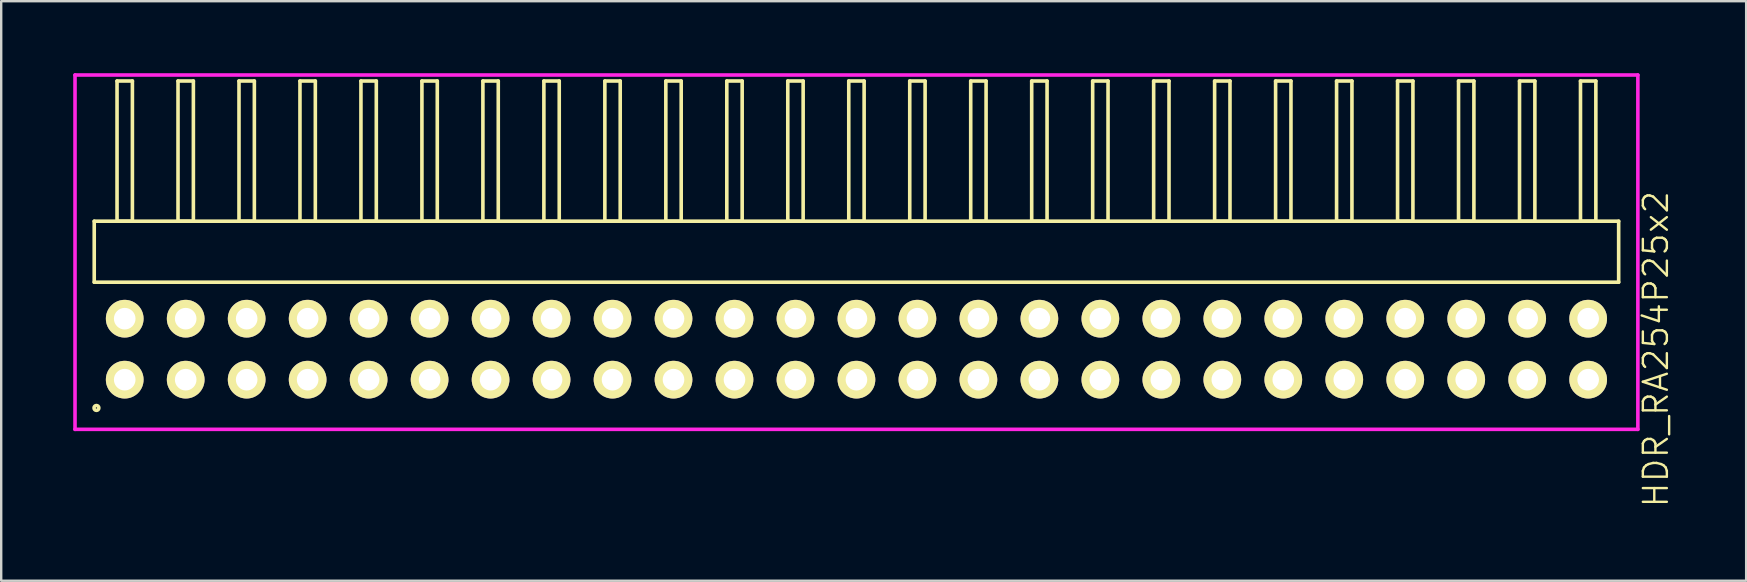
<source format=kicad_pcb>
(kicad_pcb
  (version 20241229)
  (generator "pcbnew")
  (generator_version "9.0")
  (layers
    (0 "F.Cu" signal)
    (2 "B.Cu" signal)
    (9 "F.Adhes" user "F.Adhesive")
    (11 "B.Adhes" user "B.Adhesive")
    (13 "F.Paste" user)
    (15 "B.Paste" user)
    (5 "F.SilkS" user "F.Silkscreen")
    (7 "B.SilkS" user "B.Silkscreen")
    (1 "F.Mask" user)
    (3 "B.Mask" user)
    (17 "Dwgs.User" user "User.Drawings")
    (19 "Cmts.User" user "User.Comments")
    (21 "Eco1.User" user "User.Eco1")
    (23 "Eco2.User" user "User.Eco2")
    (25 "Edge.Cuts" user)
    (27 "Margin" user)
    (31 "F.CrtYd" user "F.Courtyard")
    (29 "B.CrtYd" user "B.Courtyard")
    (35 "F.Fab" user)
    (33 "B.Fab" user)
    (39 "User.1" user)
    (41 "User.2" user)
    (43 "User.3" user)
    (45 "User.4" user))
  (footprint "HDR_RA254P25x2"
    (layer "F.Cu")
    (at 32.625 11.495)
    (property "Reference" "HDR_RA254P25x2" (at 33.3 0 90) (layer "F.SilkS") (effects (font (size 1 1) (thickness 0.1))))
    (attr through_hole)
    (fp_line (start -31.75 -5.33) (end -31.75 -2.79) (stroke (width 0.15) (type solid)) (layer "F.SilkS"))
    (fp_line (start -31.75 -2.79) (end 31.75 -2.79) (stroke (width 0.15) (type solid)) (layer "F.SilkS"))
    (fp_line (start -30.8 -11.17) (end -30.8 -5.33) (stroke (width 0.15) (type solid)) (layer "F.SilkS"))
    (fp_line (start -30.8 -5.33) (end -30.16 -5.33) (stroke (width 0.15) (type solid)) (layer "F.SilkS"))
    (fp_line (start -30.16 -11.17) (end -30.8 -11.17) (stroke (width 0.15) (type solid)) (layer "F.SilkS"))
    (fp_line (start -30.16 -5.33) (end -30.16 -11.17) (stroke (width 0.15) (type solid)) (layer "F.SilkS"))
    (fp_line (start -28.26 -11.17) (end -28.26 -5.33) (stroke (width 0.15) (type solid)) (layer "F.SilkS"))
    (fp_line (start -28.26 -5.33) (end -27.62 -5.33) (stroke (width 0.15) (type solid)) (layer "F.SilkS"))
    (fp_line (start -27.62 -11.17) (end -28.26 -11.17) (stroke (width 0.15) (type solid)) (layer "F.SilkS"))
    (fp_line (start -27.62 -5.33) (end -27.62 -11.17) (stroke (width 0.15) (type solid)) (layer "F.SilkS"))
    (fp_line (start -25.72 -11.17) (end -25.72 -5.33) (stroke (width 0.15) (type solid)) (layer "F.SilkS"))
    (fp_line (start -25.72 -5.33) (end -25.08 -5.33) (stroke (width 0.15) (type solid)) (layer "F.SilkS"))
    (fp_line (start -25.08 -11.17) (end -25.72 -11.17) (stroke (width 0.15) (type solid)) (layer "F.SilkS"))
    (fp_line (start -25.08 -5.33) (end -25.08 -11.17) (stroke (width 0.15) (type solid)) (layer "F.SilkS"))
    (fp_line (start -23.18 -11.17) (end -23.18 -5.33) (stroke (width 0.15) (type solid)) (layer "F.SilkS"))
    (fp_line (start -23.18 -5.33) (end -22.54 -5.33) (stroke (width 0.15) (type solid)) (layer "F.SilkS"))
    (fp_line (start -22.54 -11.17) (end -23.18 -11.17) (stroke (width 0.15) (type solid)) (layer "F.SilkS"))
    (fp_line (start -22.54 -5.33) (end -22.54 -11.17) (stroke (width 0.15) (type solid)) (layer "F.SilkS"))
    (fp_line (start -20.64 -11.17) (end -20.64 -5.33) (stroke (width 0.15) (type solid)) (layer "F.SilkS"))
    (fp_line (start -20.64 -5.33) (end -20 -5.33) (stroke (width 0.15) (type solid)) (layer "F.SilkS"))
    (fp_line (start -20 -11.17) (end -20.64 -11.17) (stroke (width 0.15) (type solid)) (layer "F.SilkS"))
    (fp_line (start -20 -5.33) (end -20 -11.17) (stroke (width 0.15) (type solid)) (layer "F.SilkS"))
    (fp_line (start -18.1 -11.17) (end -18.1 -5.33) (stroke (width 0.15) (type solid)) (layer "F.SilkS"))
    (fp_line (start -18.1 -5.33) (end -17.46 -5.33) (stroke (width 0.15) (type solid)) (layer "F.SilkS"))
    (fp_line (start -17.46 -11.17) (end -18.1 -11.17) (stroke (width 0.15) (type solid)) (layer "F.SilkS"))
    (fp_line (start -17.46 -5.33) (end -17.46 -11.17) (stroke (width 0.15) (type solid)) (layer "F.SilkS"))
    (fp_line (start -15.56 -11.17) (end -15.56 -5.33) (stroke (width 0.15) (type solid)) (layer "F.SilkS"))
    (fp_line (start -15.56 -5.33) (end -14.92 -5.33) (stroke (width 0.15) (type solid)) (layer "F.SilkS"))
    (fp_line (start -14.92 -11.17) (end -15.56 -11.17) (stroke (width 0.15) (type solid)) (layer "F.SilkS"))
    (fp_line (start -14.92 -5.33) (end -14.92 -11.17) (stroke (width 0.15) (type solid)) (layer "F.SilkS"))
    (fp_line (start -13.02 -11.17) (end -13.02 -5.33) (stroke (width 0.15) (type solid)) (layer "F.SilkS"))
    (fp_line (start -13.02 -5.33) (end -12.38 -5.33) (stroke (width 0.15) (type solid)) (layer "F.SilkS"))
    (fp_line (start -12.38 -11.17) (end -13.02 -11.17) (stroke (width 0.15) (type solid)) (layer "F.SilkS"))
    (fp_line (start -12.38 -5.33) (end -12.38 -11.17) (stroke (width 0.15) (type solid)) (layer "F.SilkS"))
    (fp_line (start -10.48 -11.17) (end -10.48 -5.33) (stroke (width 0.15) (type solid)) (layer "F.SilkS"))
    (fp_line (start -10.48 -5.33) (end -9.84 -5.33) (stroke (width 0.15) (type solid)) (layer "F.SilkS"))
    (fp_line (start -9.84 -11.17) (end -10.48 -11.17) (stroke (width 0.15) (type solid)) (layer "F.SilkS"))
    (fp_line (start -9.84 -5.33) (end -9.84 -11.17) (stroke (width 0.15) (type solid)) (layer "F.SilkS"))
    (fp_line (start -7.94 -11.17) (end -7.94 -5.33) (stroke (width 0.15) (type solid)) (layer "F.SilkS"))
    (fp_line (start -7.94 -5.33) (end -7.3 -5.33) (stroke (width 0.15) (type solid)) (layer "F.SilkS"))
    (fp_line (start -7.3 -11.17) (end -7.94 -11.17) (stroke (width 0.15) (type solid)) (layer "F.SilkS"))
    (fp_line (start -7.3 -5.33) (end -7.3 -11.17) (stroke (width 0.15) (type solid)) (layer "F.SilkS"))
    (fp_line (start -5.4 -11.17) (end -5.4 -5.33) (stroke (width 0.15) (type solid)) (layer "F.SilkS"))
    (fp_line (start -5.4 -5.33) (end -4.76 -5.33) (stroke (width 0.15) (type solid)) (layer "F.SilkS"))
    (fp_line (start -4.76 -11.17) (end -5.4 -11.17) (stroke (width 0.15) (type solid)) (layer "F.SilkS"))
    (fp_line (start -4.76 -5.33) (end -4.76 -11.17) (stroke (width 0.15) (type solid)) (layer "F.SilkS"))
    (fp_line (start -2.86 -11.17) (end -2.86 -5.33) (stroke (width 0.15) (type solid)) (layer "F.SilkS"))
    (fp_line (start -2.86 -5.33) (end -2.22 -5.33) (stroke (width 0.15) (type solid)) (layer "F.SilkS"))
    (fp_line (start -2.22 -11.17) (end -2.86 -11.17) (stroke (width 0.15) (type solid)) (layer "F.SilkS"))
    (fp_line (start -2.22 -5.33) (end -2.22 -11.17) (stroke (width 0.15) (type solid)) (layer "F.SilkS"))
    (fp_line (start -0.32 -11.17) (end -0.32 -5.33) (stroke (width 0.15) (type solid)) (layer "F.SilkS"))
    (fp_line (start -0.32 -5.33) (end 0.32 -5.33) (stroke (width 0.15) (type solid)) (layer "F.SilkS"))
    (fp_line (start 0.32 -11.17) (end -0.32 -11.17) (stroke (width 0.15) (type solid)) (layer "F.SilkS"))
    (fp_line (start 0.32 -5.33) (end 0.32 -11.17) (stroke (width 0.15) (type solid)) (layer "F.SilkS"))
    (fp_line (start 2.22 -11.17) (end 2.22 -5.33) (stroke (width 0.15) (type solid)) (layer "F.SilkS"))
    (fp_line (start 2.22 -5.33) (end 2.86 -5.33) (stroke (width 0.15) (type solid)) (layer "F.SilkS"))
    (fp_line (start 2.86 -11.17) (end 2.22 -11.17) (stroke (width 0.15) (type solid)) (layer "F.SilkS"))
    (fp_line (start 2.86 -5.33) (end 2.86 -11.17) (stroke (width 0.15) (type solid)) (layer "F.SilkS"))
    (fp_line (start 4.76 -11.17) (end 4.76 -5.33) (stroke (width 0.15) (type solid)) (layer "F.SilkS"))
    (fp_line (start 4.76 -5.33) (end 5.4 -5.33) (stroke (width 0.15) (type solid)) (layer "F.SilkS"))
    (fp_line (start 5.4 -11.17) (end 4.76 -11.17) (stroke (width 0.15) (type solid)) (layer "F.SilkS"))
    (fp_line (start 5.4 -5.33) (end 5.4 -11.17) (stroke (width 0.15) (type solid)) (layer "F.SilkS"))
    (fp_line (start 7.3 -11.17) (end 7.3 -5.33) (stroke (width 0.15) (type solid)) (layer "F.SilkS"))
    (fp_line (start 7.3 -5.33) (end 7.94 -5.33) (stroke (width 0.15) (type solid)) (layer "F.SilkS"))
    (fp_line (start 7.94 -11.17) (end 7.3 -11.17) (stroke (width 0.15) (type solid)) (layer "F.SilkS"))
    (fp_line (start 7.94 -5.33) (end 7.94 -11.17) (stroke (width 0.15) (type solid)) (layer "F.SilkS"))
    (fp_line (start 9.84 -11.17) (end 9.84 -5.33) (stroke (width 0.15) (type solid)) (layer "F.SilkS"))
    (fp_line (start 9.84 -5.33) (end 10.48 -5.33) (stroke (width 0.15) (type solid)) (layer "F.SilkS"))
    (fp_line (start 10.48 -11.17) (end 9.84 -11.17) (stroke (width 0.15) (type solid)) (layer "F.SilkS"))
    (fp_line (start 10.48 -5.33) (end 10.48 -11.17) (stroke (width 0.15) (type solid)) (layer "F.SilkS"))
    (fp_line (start 12.38 -11.17) (end 12.38 -5.33) (stroke (width 0.15) (type solid)) (layer "F.SilkS"))
    (fp_line (start 12.38 -5.33) (end 13.02 -5.33) (stroke (width 0.15) (type solid)) (layer "F.SilkS"))
    (fp_line (start 13.02 -11.17) (end 12.38 -11.17) (stroke (width 0.15) (type solid)) (layer "F.SilkS"))
    (fp_line (start 13.02 -5.33) (end 13.02 -11.17) (stroke (width 0.15) (type solid)) (layer "F.SilkS"))
    (fp_line (start 14.92 -11.17) (end 14.92 -5.33) (stroke (width 0.15) (type solid)) (layer "F.SilkS"))
    (fp_line (start 14.92 -5.33) (end 15.56 -5.33) (stroke (width 0.15) (type solid)) (layer "F.SilkS"))
    (fp_line (start 15.56 -11.17) (end 14.92 -11.17) (stroke (width 0.15) (type solid)) (layer "F.SilkS"))
    (fp_line (start 15.56 -5.33) (end 15.56 -11.17) (stroke (width 0.15) (type solid)) (layer "F.SilkS"))
    (fp_line (start 17.46 -11.17) (end 17.46 -5.33) (stroke (width 0.15) (type solid)) (layer "F.SilkS"))
    (fp_line (start 17.46 -5.33) (end 18.1 -5.33) (stroke (width 0.15) (type solid)) (layer "F.SilkS"))
    (fp_line (start 18.1 -11.17) (end 17.46 -11.17) (stroke (width 0.15) (type solid)) (layer "F.SilkS"))
    (fp_line (start 18.1 -5.33) (end 18.1 -11.17) (stroke (width 0.15) (type solid)) (layer "F.SilkS"))
    (fp_line (start 20 -11.17) (end 20 -5.33) (stroke (width 0.15) (type solid)) (layer "F.SilkS"))
    (fp_line (start 20 -5.33) (end 20.64 -5.33) (stroke (width 0.15) (type solid)) (layer "F.SilkS"))
    (fp_line (start 20.64 -11.17) (end 20 -11.17) (stroke (width 0.15) (type solid)) (layer "F.SilkS"))
    (fp_line (start 20.64 -5.33) (end 20.64 -11.17) (stroke (width 0.15) (type solid)) (layer "F.SilkS"))
    (fp_line (start 22.54 -11.17) (end 22.54 -5.33) (stroke (width 0.15) (type solid)) (layer "F.SilkS"))
    (fp_line (start 22.54 -5.33) (end 23.18 -5.33) (stroke (width 0.15) (type solid)) (layer "F.SilkS"))
    (fp_line (start 23.18 -11.17) (end 22.54 -11.17) (stroke (width 0.15) (type solid)) (layer "F.SilkS"))
    (fp_line (start 23.18 -5.33) (end 23.18 -11.17) (stroke (width 0.15) (type solid)) (layer "F.SilkS"))
    (fp_line (start 25.08 -11.17) (end 25.08 -5.33) (stroke (width 0.15) (type solid)) (layer "F.SilkS"))
    (fp_line (start 25.08 -5.33) (end 25.72 -5.33) (stroke (width 0.15) (type solid)) (layer "F.SilkS"))
    (fp_line (start 25.72 -11.17) (end 25.08 -11.17) (stroke (width 0.15) (type solid)) (layer "F.SilkS"))
    (fp_line (start 25.72 -5.33) (end 25.72 -11.17) (stroke (width 0.15) (type solid)) (layer "F.SilkS"))
    (fp_line (start 27.62 -11.17) (end 27.62 -5.33) (stroke (width 0.15) (type solid)) (layer "F.SilkS"))
    (fp_line (start 27.62 -5.33) (end 28.26 -5.33) (stroke (width 0.15) (type solid)) (layer "F.SilkS"))
    (fp_line (start 28.26 -11.17) (end 27.62 -11.17) (stroke (width 0.15) (type solid)) (layer "F.SilkS"))
    (fp_line (start 28.26 -5.33) (end 28.26 -11.17) (stroke (width 0.15) (type solid)) (layer "F.SilkS"))
    (fp_line (start 30.16 -11.17) (end 30.16 -5.33) (stroke (width 0.15) (type solid)) (layer "F.SilkS"))
    (fp_line (start 30.16 -5.33) (end 30.8 -5.33) (stroke (width 0.15) (type solid)) (layer "F.SilkS"))
    (fp_line (start 30.8 -11.17) (end 30.16 -11.17) (stroke (width 0.15) (type solid)) (layer "F.SilkS"))
    (fp_line (start 30.8 -5.33) (end 30.8 -11.17) (stroke (width 0.15) (type solid)) (layer "F.SilkS"))
    (fp_line (start 31.75 -5.33) (end -31.75 -5.33) (stroke (width 0.15) (type solid)) (layer "F.SilkS"))
    (fp_line (start 31.75 -2.79) (end 31.75 -5.33) (stroke (width 0.15) (type solid)) (layer "F.SilkS"))
    (fp_circle (center -31.658 2.448) (end -31.557 2.448) (stroke (width 0.15) (type solid)) (fill no) (layer "F.SilkS"))
    (fp_line (start -32.55 -11.42) (end -32.55 3.34) (stroke (width 0.15) (type solid)) (layer "F.CrtYd"))
    (fp_line (start -32.55 3.34) (end 32.55 3.34) (stroke (width 0.15) (type solid)) (layer "F.CrtYd"))
    (fp_line (start 32.55 -11.42) (end -32.55 -11.42) (stroke (width 0.15) (type solid)) (layer "F.CrtYd"))
    (fp_line (start 32.55 3.34) (end 32.55 -11.42) (stroke (width 0.15) (type solid)) (layer "F.CrtYd"))
    (pad "1" thru_hole oval (at -30.48 1.27) (size 1.57 1.57) (drill 0.9) (layers "*.Cu" "*.Mask" "F.SilkS"))
    (pad "2" thru_hole oval (at -30.48 -1.27) (size 1.57 1.57) (drill 0.9) (layers "*.Cu" "*.Mask" "F.SilkS"))
    (pad "3" thru_hole oval (at -27.94 1.27) (size 1.57 1.57) (drill 0.9) (layers "*.Cu" "*.Mask" "F.SilkS"))
    (pad "4" thru_hole oval (at -27.94 -1.27) (size 1.57 1.57) (drill 0.9) (layers "*.Cu" "*.Mask" "F.SilkS"))
    (pad "5" thru_hole oval (at -25.4 1.27) (size 1.57 1.57) (drill 0.9) (layers "*.Cu" "*.Mask" "F.SilkS"))
    (pad "6" thru_hole oval (at -25.4 -1.27) (size 1.57 1.57) (drill 0.9) (layers "*.Cu" "*.Mask" "F.SilkS"))
    (pad "7" thru_hole oval (at -22.86 1.27) (size 1.57 1.57) (drill 0.9) (layers "*.Cu" "*.Mask" "F.SilkS"))
    (pad "8" thru_hole oval (at -22.86 -1.27) (size 1.57 1.57) (drill 0.9) (layers "*.Cu" "*.Mask" "F.SilkS"))
    (pad "9" thru_hole oval (at -20.32 1.27) (size 1.57 1.57) (drill 0.9) (layers "*.Cu" "*.Mask" "F.SilkS"))
    (pad "10" thru_hole oval (at -20.32 -1.27) (size 1.57 1.57) (drill 0.9) (layers "*.Cu" "*.Mask" "F.SilkS"))
    (pad "11" thru_hole oval (at -17.78 1.27) (size 1.57 1.57) (drill 0.9) (layers "*.Cu" "*.Mask" "F.SilkS"))
    (pad "12" thru_hole oval (at -17.78 -1.27) (size 1.57 1.57) (drill 0.9) (layers "*.Cu" "*.Mask" "F.SilkS"))
    (pad "13" thru_hole oval (at -15.24 1.27) (size 1.57 1.57) (drill 0.9) (layers "*.Cu" "*.Mask" "F.SilkS"))
    (pad "14" thru_hole oval (at -15.24 -1.27) (size 1.57 1.57) (drill 0.9) (layers "*.Cu" "*.Mask" "F.SilkS"))
    (pad "15" thru_hole oval (at -12.7 1.27) (size 1.57 1.57) (drill 0.9) (layers "*.Cu" "*.Mask" "F.SilkS"))
    (pad "16" thru_hole oval (at -12.7 -1.27) (size 1.57 1.57) (drill 0.9) (layers "*.Cu" "*.Mask" "F.SilkS"))
    (pad "17" thru_hole oval (at -10.16 1.27) (size 1.57 1.57) (drill 0.9) (layers "*.Cu" "*.Mask" "F.SilkS"))
    (pad "18" thru_hole oval (at -10.16 -1.27) (size 1.57 1.57) (drill 0.9) (layers "*.Cu" "*.Mask" "F.SilkS"))
    (pad "19" thru_hole oval (at -7.62 1.27) (size 1.57 1.57) (drill 0.9) (layers "*.Cu" "*.Mask" "F.SilkS"))
    (pad "20" thru_hole oval (at -7.62 -1.27) (size 1.57 1.57) (drill 0.9) (layers "*.Cu" "*.Mask" "F.SilkS"))
    (pad "21" thru_hole oval (at -5.08 1.27) (size 1.57 1.57) (drill 0.9) (layers "*.Cu" "*.Mask" "F.SilkS"))
    (pad "22" thru_hole oval (at -5.08 -1.27) (size 1.57 1.57) (drill 0.9) (layers "*.Cu" "*.Mask" "F.SilkS"))
    (pad "23" thru_hole oval (at -2.54 1.27) (size 1.57 1.57) (drill 0.9) (layers "*.Cu" "*.Mask" "F.SilkS"))
    (pad "24" thru_hole oval (at -2.54 -1.27) (size 1.57 1.57) (drill 0.9) (layers "*.Cu" "*.Mask" "F.SilkS"))
    (pad "25" thru_hole oval (at 0 1.27) (size 1.57 1.57) (drill 0.9) (layers "*.Cu" "*.Mask" "F.SilkS"))
    (pad "26" thru_hole oval (at 0 -1.27) (size 1.57 1.57) (drill 0.9) (layers "*.Cu" "*.Mask" "F.SilkS"))
    (pad "27" thru_hole oval (at 2.54 1.27) (size 1.57 1.57) (drill 0.9) (layers "*.Cu" "*.Mask" "F.SilkS"))
    (pad "28" thru_hole oval (at 2.54 -1.27) (size 1.57 1.57) (drill 0.9) (layers "*.Cu" "*.Mask" "F.SilkS"))
    (pad "29" thru_hole oval (at 5.08 1.27) (size 1.57 1.57) (drill 0.9) (layers "*.Cu" "*.Mask" "F.SilkS"))
    (pad "30" thru_hole oval (at 5.08 -1.27) (size 1.57 1.57) (drill 0.9) (layers "*.Cu" "*.Mask" "F.SilkS"))
    (pad "31" thru_hole oval (at 7.62 1.27) (size 1.57 1.57) (drill 0.9) (layers "*.Cu" "*.Mask" "F.SilkS"))
    (pad "32" thru_hole oval (at 7.62 -1.27) (size 1.57 1.57) (drill 0.9) (layers "*.Cu" "*.Mask" "F.SilkS"))
    (pad "33" thru_hole oval (at 10.16 1.27) (size 1.57 1.57) (drill 0.9) (layers "*.Cu" "*.Mask" "F.SilkS"))
    (pad "34" thru_hole oval (at 10.16 -1.27) (size 1.57 1.57) (drill 0.9) (layers "*.Cu" "*.Mask" "F.SilkS"))
    (pad "35" thru_hole oval (at 12.7 1.27) (size 1.57 1.57) (drill 0.9) (layers "*.Cu" "*.Mask" "F.SilkS"))
    (pad "36" thru_hole oval (at 12.7 -1.27) (size 1.57 1.57) (drill 0.9) (layers "*.Cu" "*.Mask" "F.SilkS"))
    (pad "37" thru_hole oval (at 15.24 1.27) (size 1.57 1.57) (drill 0.9) (layers "*.Cu" "*.Mask" "F.SilkS"))
    (pad "38" thru_hole oval (at 15.24 -1.27) (size 1.57 1.57) (drill 0.9) (layers "*.Cu" "*.Mask" "F.SilkS"))
    (pad "39" thru_hole oval (at 17.78 1.27) (size 1.57 1.57) (drill 0.9) (layers "*.Cu" "*.Mask" "F.SilkS"))
    (pad "40" thru_hole oval (at 17.78 -1.27) (size 1.57 1.57) (drill 0.9) (layers "*.Cu" "*.Mask" "F.SilkS"))
    (pad "41" thru_hole oval (at 20.32 1.27) (size 1.57 1.57) (drill 0.9) (layers "*.Cu" "*.Mask" "F.SilkS"))
    (pad "42" thru_hole oval (at 20.32 -1.27) (size 1.57 1.57) (drill 0.9) (layers "*.Cu" "*.Mask" "F.SilkS"))
    (pad "43" thru_hole oval (at 22.86 1.27) (size 1.57 1.57) (drill 0.9) (layers "*.Cu" "*.Mask" "F.SilkS"))
    (pad "44" thru_hole oval (at 22.86 -1.27) (size 1.57 1.57) (drill 0.9) (layers "*.Cu" "*.Mask" "F.SilkS"))
    (pad "45" thru_hole oval (at 25.4 1.27) (size 1.57 1.57) (drill 0.9) (layers "*.Cu" "*.Mask" "F.SilkS"))
    (pad "46" thru_hole oval (at 25.4 -1.27) (size 1.57 1.57) (drill 0.9) (layers "*.Cu" "*.Mask" "F.SilkS"))
    (pad "47" thru_hole oval (at 27.94 1.27) (size 1.57 1.57) (drill 0.9) (layers "*.Cu" "*.Mask" "F.SilkS"))
    (pad "48" thru_hole oval (at 27.94 -1.27) (size 1.57 1.57) (drill 0.9) (layers "*.Cu" "*.Mask" "F.SilkS"))
    (pad "49" thru_hole oval (at 30.48 1.27) (size 1.57 1.57) (drill 0.9) (layers "*.Cu" "*.Mask" "F.SilkS"))
    (pad "50" thru_hole oval (at 30.48 -1.27) (size 1.57 1.57) (drill 0.9) (layers "*.Cu" "*.Mask" "F.SilkS")))
  (gr_rect
    (start -3 -3)
    (end 69.686 21.14)
    (stroke (width 0.1) (type default))
    (fill no)
    (layer "Edge.Cuts")))
</source>
